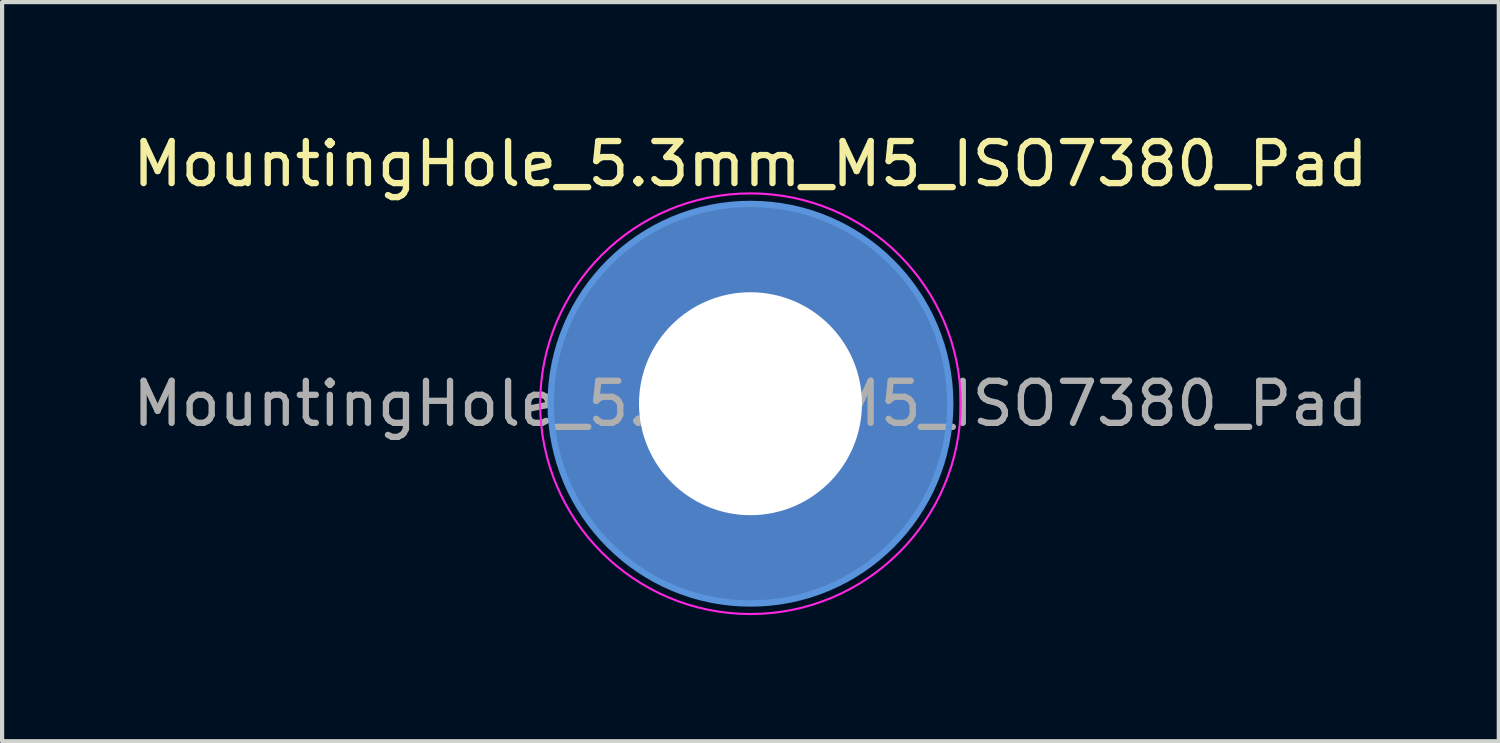
<source format=kicad_pcb>
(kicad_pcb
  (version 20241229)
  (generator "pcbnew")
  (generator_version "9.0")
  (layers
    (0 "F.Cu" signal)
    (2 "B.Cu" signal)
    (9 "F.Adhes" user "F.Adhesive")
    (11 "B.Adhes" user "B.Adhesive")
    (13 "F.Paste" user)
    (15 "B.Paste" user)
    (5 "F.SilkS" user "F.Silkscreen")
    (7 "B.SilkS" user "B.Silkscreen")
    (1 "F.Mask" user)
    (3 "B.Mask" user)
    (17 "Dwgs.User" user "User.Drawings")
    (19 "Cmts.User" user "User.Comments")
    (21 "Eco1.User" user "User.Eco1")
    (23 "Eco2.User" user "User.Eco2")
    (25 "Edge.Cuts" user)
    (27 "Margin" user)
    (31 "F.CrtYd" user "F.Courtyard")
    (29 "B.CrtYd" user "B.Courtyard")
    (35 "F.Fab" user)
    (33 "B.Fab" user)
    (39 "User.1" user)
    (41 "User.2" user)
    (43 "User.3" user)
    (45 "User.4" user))
  (footprint "MountingHole_5.3mm_M5_ISO7380_Pad"
    (layer "F.Cu")
    (at 14.792 6.548)
    (property "Reference" "MountingHole_5.3mm_M5_ISO7380_Pad" (at 0 -5.7 0) (layer "F.SilkS") (effects (font (size 1 1) (thickness 0.15))))
    (attr exclude_from_pos_files exclude_from_bom)
    (fp_circle (center 0 0) (end 4.75 0) (stroke (width 0.15) (type solid)) (fill no) (layer "Cmts.User"))
    (fp_circle (center 0 0) (end 5 0) (stroke (width 0.05) (type solid)) (fill no) (layer "F.CrtYd"))
    (fp_text user "${REFERENCE}" (at 0 0 0) (layer "F.Fab") (effects (font (size 1 1) (thickness 0.15))))
    (pad "1" thru_hole circle (at 0 0) (size 9.5 9.5) (drill 5.3) (layers "*.Cu" "*.Mask")))
  (gr_rect
    (start -3 -3)
    (end 32.583 14.573)
    (stroke (width 0.1) (type default))
    (fill no)
    (layer "Edge.Cuts")))
</source>
